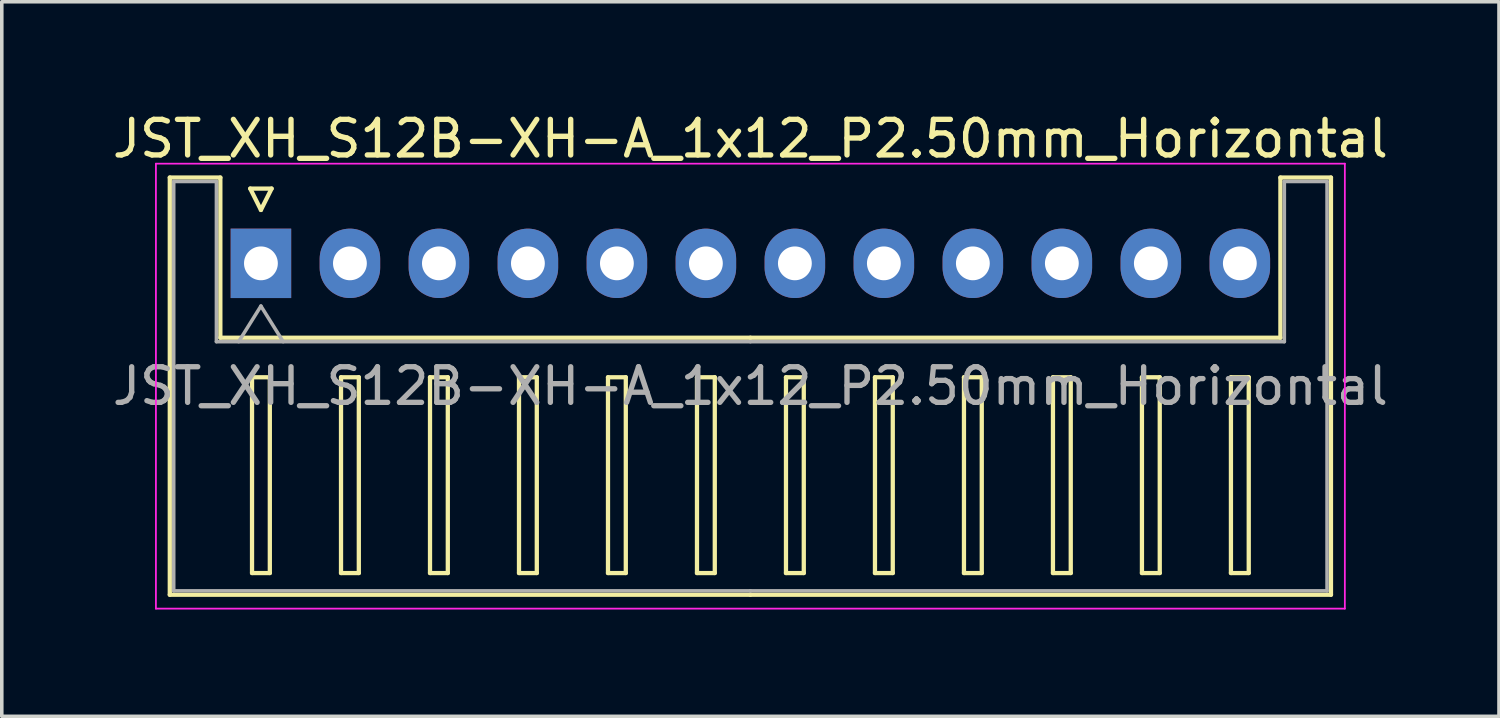
<source format=kicad_pcb>
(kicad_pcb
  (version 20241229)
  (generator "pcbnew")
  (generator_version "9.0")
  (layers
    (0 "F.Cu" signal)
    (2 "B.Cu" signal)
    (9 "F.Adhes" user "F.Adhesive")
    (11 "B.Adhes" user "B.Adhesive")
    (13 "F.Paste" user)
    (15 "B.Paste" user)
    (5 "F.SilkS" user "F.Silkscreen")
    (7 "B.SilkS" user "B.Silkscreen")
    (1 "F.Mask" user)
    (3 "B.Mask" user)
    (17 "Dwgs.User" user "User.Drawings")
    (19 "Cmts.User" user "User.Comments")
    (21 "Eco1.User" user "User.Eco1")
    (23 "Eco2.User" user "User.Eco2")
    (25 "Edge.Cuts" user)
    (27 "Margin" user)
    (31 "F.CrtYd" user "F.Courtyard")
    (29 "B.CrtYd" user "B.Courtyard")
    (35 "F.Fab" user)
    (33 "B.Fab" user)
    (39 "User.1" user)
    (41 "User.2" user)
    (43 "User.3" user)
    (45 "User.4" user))
  (footprint "JST_XH_S12B-XH-A_1x12_P2.50mm_Horizontal"
    (layer "F.Cu")
    (at 4.28 4.348)
    (property "Reference" "JST_XH_S12B-XH-A_1x12_P2.50mm_Horizontal" (at 13.75 -3.5 0) (layer "F.SilkS") (effects (font (size 1 1) (thickness 0.15))))
    (attr through_hole)
    (fp_line (start -2.56 -2.41) (end -1.14 -2.41) (stroke (width 0.12) (type solid)) (layer "F.SilkS"))
    (fp_line (start -2.56 9.31) (end -2.56 -2.41) (stroke (width 0.12) (type solid)) (layer "F.SilkS"))
    (fp_line (start -1.14 -2.41) (end -1.14 2.09) (stroke (width 0.12) (type solid)) (layer "F.SilkS"))
    (fp_line (start -1.14 2.09) (end 13.75 2.09) (stroke (width 0.12) (type solid)) (layer "F.SilkS"))
    (fp_line (start -0.3 -2.1) (end 0.3 -2.1) (stroke (width 0.12) (type solid)) (layer "F.SilkS"))
    (fp_line (start -0.25 3.2) (end -0.25 8.7) (stroke (width 0.12) (type solid)) (layer "F.SilkS"))
    (fp_line (start -0.25 8.7) (end 0.25 8.7) (stroke (width 0.12) (type solid)) (layer "F.SilkS"))
    (fp_line (start 0 -1.5) (end -0.3 -2.1) (stroke (width 0.12) (type solid)) (layer "F.SilkS"))
    (fp_line (start 0.25 3.2) (end -0.25 3.2) (stroke (width 0.12) (type solid)) (layer "F.SilkS"))
    (fp_line (start 0.25 8.7) (end 0.25 3.2) (stroke (width 0.12) (type solid)) (layer "F.SilkS"))
    (fp_line (start 0.3 -2.1) (end 0 -1.5) (stroke (width 0.12) (type solid)) (layer "F.SilkS"))
    (fp_line (start 2.25 3.2) (end 2.25 8.7) (stroke (width 0.12) (type solid)) (layer "F.SilkS"))
    (fp_line (start 2.25 8.7) (end 2.75 8.7) (stroke (width 0.12) (type solid)) (layer "F.SilkS"))
    (fp_line (start 2.75 3.2) (end 2.25 3.2) (stroke (width 0.12) (type solid)) (layer "F.SilkS"))
    (fp_line (start 2.75 8.7) (end 2.75 3.2) (stroke (width 0.12) (type solid)) (layer "F.SilkS"))
    (fp_line (start 4.75 3.2) (end 4.75 8.7) (stroke (width 0.12) (type solid)) (layer "F.SilkS"))
    (fp_line (start 4.75 8.7) (end 5.25 8.7) (stroke (width 0.12) (type solid)) (layer "F.SilkS"))
    (fp_line (start 5.25 3.2) (end 4.75 3.2) (stroke (width 0.12) (type solid)) (layer "F.SilkS"))
    (fp_line (start 5.25 8.7) (end 5.25 3.2) (stroke (width 0.12) (type solid)) (layer "F.SilkS"))
    (fp_line (start 7.25 3.2) (end 7.25 8.7) (stroke (width 0.12) (type solid)) (layer "F.SilkS"))
    (fp_line (start 7.25 8.7) (end 7.75 8.7) (stroke (width 0.12) (type solid)) (layer "F.SilkS"))
    (fp_line (start 7.75 3.2) (end 7.25 3.2) (stroke (width 0.12) (type solid)) (layer "F.SilkS"))
    (fp_line (start 7.75 8.7) (end 7.75 3.2) (stroke (width 0.12) (type solid)) (layer "F.SilkS"))
    (fp_line (start 9.75 3.2) (end 9.75 8.7) (stroke (width 0.12) (type solid)) (layer "F.SilkS"))
    (fp_line (start 9.75 8.7) (end 10.25 8.7) (stroke (width 0.12) (type solid)) (layer "F.SilkS"))
    (fp_line (start 10.25 3.2) (end 9.75 3.2) (stroke (width 0.12) (type solid)) (layer "F.SilkS"))
    (fp_line (start 10.25 8.7) (end 10.25 3.2) (stroke (width 0.12) (type solid)) (layer "F.SilkS"))
    (fp_line (start 12.25 3.2) (end 12.25 8.7) (stroke (width 0.12) (type solid)) (layer "F.SilkS"))
    (fp_line (start 12.25 8.7) (end 12.75 8.7) (stroke (width 0.12) (type solid)) (layer "F.SilkS"))
    (fp_line (start 12.75 3.2) (end 12.25 3.2) (stroke (width 0.12) (type solid)) (layer "F.SilkS"))
    (fp_line (start 12.75 8.7) (end 12.75 3.2) (stroke (width 0.12) (type solid)) (layer "F.SilkS"))
    (fp_line (start 13.75 9.31) (end -2.56 9.31) (stroke (width 0.12) (type solid)) (layer "F.SilkS"))
    (fp_line (start 13.75 9.31) (end 30.06 9.31) (stroke (width 0.12) (type solid)) (layer "F.SilkS"))
    (fp_line (start 14.75 3.2) (end 14.75 8.7) (stroke (width 0.12) (type solid)) (layer "F.SilkS"))
    (fp_line (start 14.75 8.7) (end 15.25 8.7) (stroke (width 0.12) (type solid)) (layer "F.SilkS"))
    (fp_line (start 15.25 3.2) (end 14.75 3.2) (stroke (width 0.12) (type solid)) (layer "F.SilkS"))
    (fp_line (start 15.25 8.7) (end 15.25 3.2) (stroke (width 0.12) (type solid)) (layer "F.SilkS"))
    (fp_line (start 17.25 3.2) (end 17.25 8.7) (stroke (width 0.12) (type solid)) (layer "F.SilkS"))
    (fp_line (start 17.25 8.7) (end 17.75 8.7) (stroke (width 0.12) (type solid)) (layer "F.SilkS"))
    (fp_line (start 17.75 3.2) (end 17.25 3.2) (stroke (width 0.12) (type solid)) (layer "F.SilkS"))
    (fp_line (start 17.75 8.7) (end 17.75 3.2) (stroke (width 0.12) (type solid)) (layer "F.SilkS"))
    (fp_line (start 19.75 3.2) (end 19.75 8.7) (stroke (width 0.12) (type solid)) (layer "F.SilkS"))
    (fp_line (start 19.75 8.7) (end 20.25 8.7) (stroke (width 0.12) (type solid)) (layer "F.SilkS"))
    (fp_line (start 20.25 3.2) (end 19.75 3.2) (stroke (width 0.12) (type solid)) (layer "F.SilkS"))
    (fp_line (start 20.25 8.7) (end 20.25 3.2) (stroke (width 0.12) (type solid)) (layer "F.SilkS"))
    (fp_line (start 22.25 3.2) (end 22.25 8.7) (stroke (width 0.12) (type solid)) (layer "F.SilkS"))
    (fp_line (start 22.25 8.7) (end 22.75 8.7) (stroke (width 0.12) (type solid)) (layer "F.SilkS"))
    (fp_line (start 22.75 3.2) (end 22.25 3.2) (stroke (width 0.12) (type solid)) (layer "F.SilkS"))
    (fp_line (start 22.75 8.7) (end 22.75 3.2) (stroke (width 0.12) (type solid)) (layer "F.SilkS"))
    (fp_line (start 24.75 3.2) (end 24.75 8.7) (stroke (width 0.12) (type solid)) (layer "F.SilkS"))
    (fp_line (start 24.75 8.7) (end 25.25 8.7) (stroke (width 0.12) (type solid)) (layer "F.SilkS"))
    (fp_line (start 25.25 3.2) (end 24.75 3.2) (stroke (width 0.12) (type solid)) (layer "F.SilkS"))
    (fp_line (start 25.25 8.7) (end 25.25 3.2) (stroke (width 0.12) (type solid)) (layer "F.SilkS"))
    (fp_line (start 27.25 3.2) (end 27.25 8.7) (stroke (width 0.12) (type solid)) (layer "F.SilkS"))
    (fp_line (start 27.25 8.7) (end 27.75 8.7) (stroke (width 0.12) (type solid)) (layer "F.SilkS"))
    (fp_line (start 27.75 3.2) (end 27.25 3.2) (stroke (width 0.12) (type solid)) (layer "F.SilkS"))
    (fp_line (start 27.75 8.7) (end 27.75 3.2) (stroke (width 0.12) (type solid)) (layer "F.SilkS"))
    (fp_line (start 28.64 -2.41) (end 28.64 2.09) (stroke (width 0.12) (type solid)) (layer "F.SilkS"))
    (fp_line (start 28.64 2.09) (end 13.75 2.09) (stroke (width 0.12) (type solid)) (layer "F.SilkS"))
    (fp_line (start 30.06 -2.41) (end 28.64 -2.41) (stroke (width 0.12) (type solid)) (layer "F.SilkS"))
    (fp_line (start 30.06 9.31) (end 30.06 -2.41) (stroke (width 0.12) (type solid)) (layer "F.SilkS"))
    (fp_line (start -2.95 -2.8) (end -2.95 9.7) (stroke (width 0.05) (type solid)) (layer "F.CrtYd"))
    (fp_line (start -2.95 9.7) (end 30.45 9.7) (stroke (width 0.05) (type solid)) (layer "F.CrtYd"))
    (fp_line (start 30.45 -2.8) (end -2.95 -2.8) (stroke (width 0.05) (type solid)) (layer "F.CrtYd"))
    (fp_line (start 30.45 9.7) (end 30.45 -2.8) (stroke (width 0.05) (type solid)) (layer "F.CrtYd"))
    (fp_line (start -2.45 -2.3) (end -1.25 -2.3) (stroke (width 0.1) (type solid)) (layer "F.Fab"))
    (fp_line (start -2.45 9.2) (end -2.45 -2.3) (stroke (width 0.1) (type solid)) (layer "F.Fab"))
    (fp_line (start -1.25 -2.3) (end -1.25 2.2) (stroke (width 0.1) (type solid)) (layer "F.Fab"))
    (fp_line (start -1.25 2.2) (end 13.75 2.2) (stroke (width 0.1) (type solid)) (layer "F.Fab"))
    (fp_line (start -0.625 2.2) (end 0 1.2) (stroke (width 0.1) (type solid)) (layer "F.Fab"))
    (fp_line (start 0 1.2) (end 0.625 2.2) (stroke (width 0.1) (type solid)) (layer "F.Fab"))
    (fp_line (start 13.75 9.2) (end -2.45 9.2) (stroke (width 0.1) (type solid)) (layer "F.Fab"))
    (fp_line (start 13.75 9.2) (end 29.95 9.2) (stroke (width 0.1) (type solid)) (layer "F.Fab"))
    (fp_line (start 28.75 -2.3) (end 28.75 2.2) (stroke (width 0.1) (type solid)) (layer "F.Fab"))
    (fp_line (start 28.75 2.2) (end 13.75 2.2) (stroke (width 0.1) (type solid)) (layer "F.Fab"))
    (fp_line (start 29.95 -2.3) (end 28.75 -2.3) (stroke (width 0.1) (type solid)) (layer "F.Fab"))
    (fp_line (start 29.95 9.2) (end 29.95 -2.3) (stroke (width 0.1) (type solid)) (layer "F.Fab"))
    (fp_text user "${REFERENCE}" (at 13.75 3.45 0) (layer "F.Fab") (effects (font (size 1 1) (thickness 0.15))))
    (pad "1" thru_hole rect (at 0 0) (size 1.7 1.95) (drill 0.95) (layers "*.Cu" "*.Mask"))
    (pad "2" thru_hole oval (at 2.5 0) (size 1.7 1.95) (drill 0.95) (layers "*.Cu" "*.Mask"))
    (pad "3" thru_hole oval (at 5 0) (size 1.7 1.95) (drill 0.95) (layers "*.Cu" "*.Mask"))
    (pad "4" thru_hole oval (at 7.5 0) (size 1.7 1.95) (drill 0.95) (layers "*.Cu" "*.Mask"))
    (pad "5" thru_hole oval (at 10 0) (size 1.7 1.95) (drill 0.95) (layers "*.Cu" "*.Mask"))
    (pad "6" thru_hole oval (at 12.5 0) (size 1.7 1.95) (drill 0.95) (layers "*.Cu" "*.Mask"))
    (pad "7" thru_hole oval (at 15 0) (size 1.7 1.95) (drill 0.95) (layers "*.Cu" "*.Mask"))
    (pad "8" thru_hole oval (at 17.5 0) (size 1.7 1.95) (drill 0.95) (layers "*.Cu" "*.Mask"))
    (pad "9" thru_hole oval (at 20 0) (size 1.7 1.95) (drill 0.95) (layers "*.Cu" "*.Mask"))
    (pad "10" thru_hole oval (at 22.5 0) (size 1.7 1.95) (drill 0.95) (layers "*.Cu" "*.Mask"))
    (pad "11" thru_hole oval (at 25 0) (size 1.7 1.95) (drill 0.95) (layers "*.Cu" "*.Mask"))
    (pad "12" thru_hole oval (at 27.5 0) (size 1.7 1.95) (drill 0.95) (layers "*.Cu" "*.Mask")))
  (gr_rect
    (start -3 -3)
    (end 39.06 17.073)
    (stroke (width 0.1) (type default))
    (fill no)
    (layer "Edge.Cuts")))
</source>
